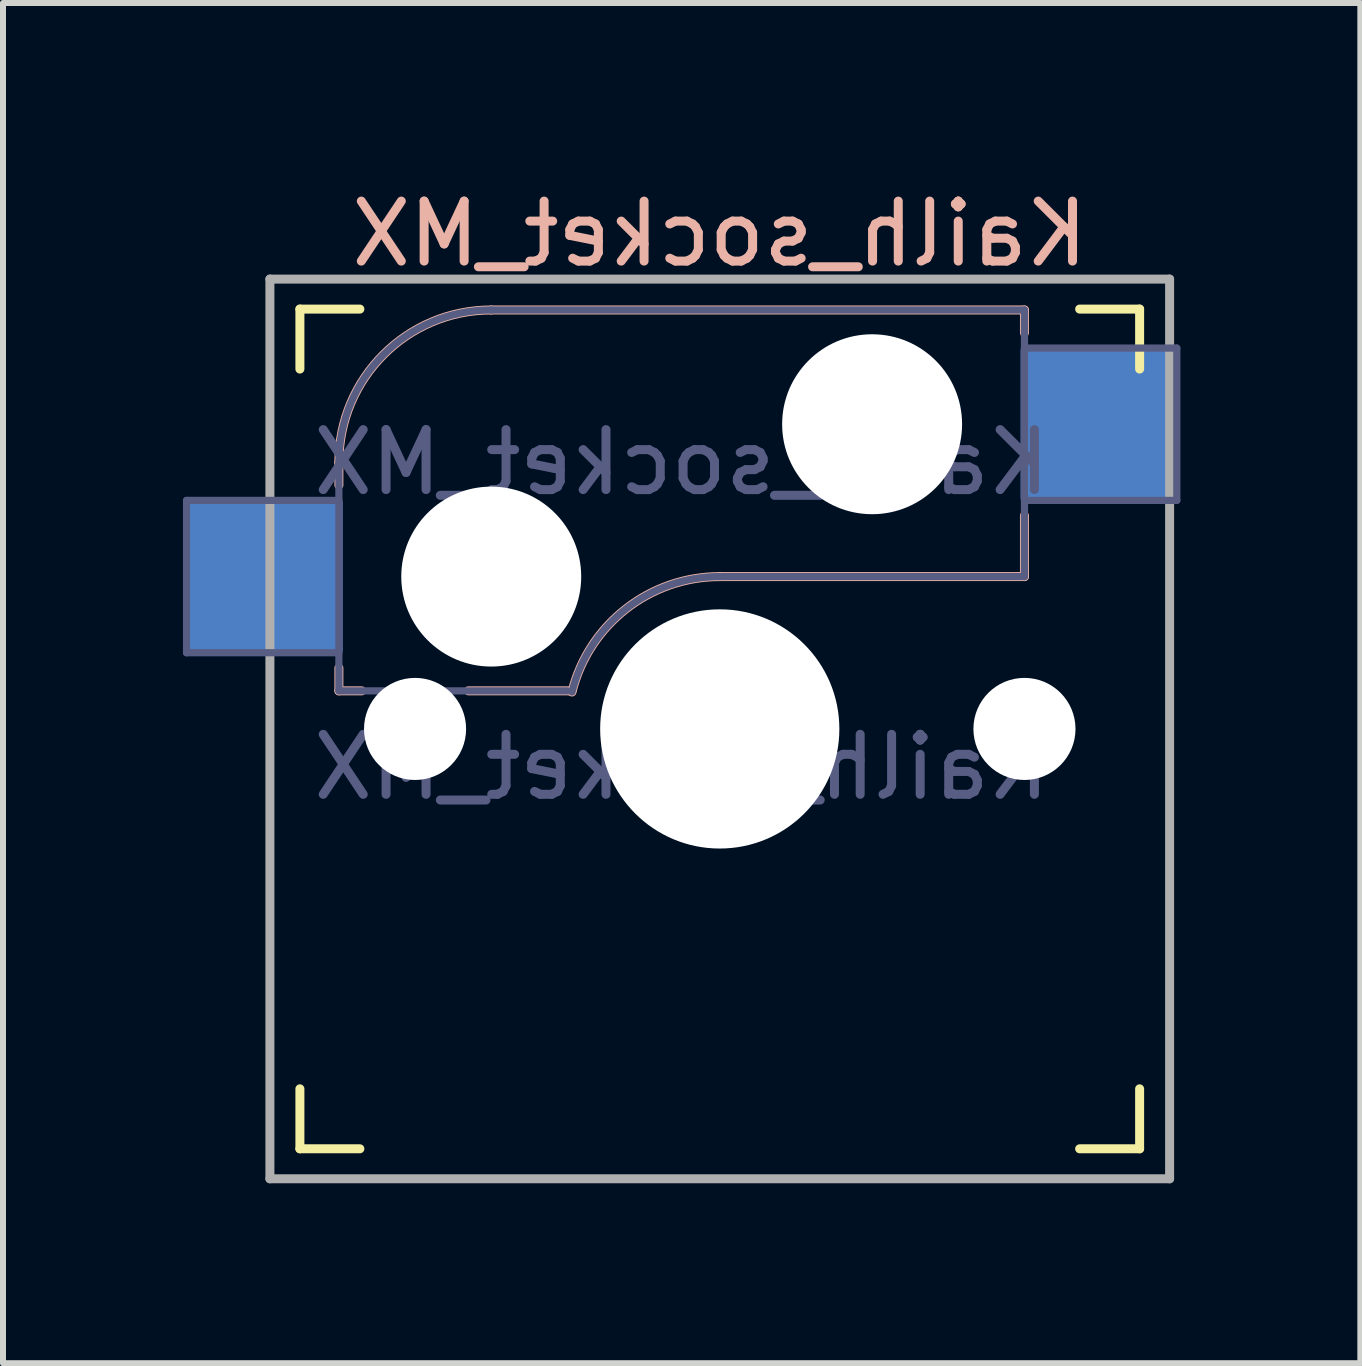
<source format=kicad_pcb>
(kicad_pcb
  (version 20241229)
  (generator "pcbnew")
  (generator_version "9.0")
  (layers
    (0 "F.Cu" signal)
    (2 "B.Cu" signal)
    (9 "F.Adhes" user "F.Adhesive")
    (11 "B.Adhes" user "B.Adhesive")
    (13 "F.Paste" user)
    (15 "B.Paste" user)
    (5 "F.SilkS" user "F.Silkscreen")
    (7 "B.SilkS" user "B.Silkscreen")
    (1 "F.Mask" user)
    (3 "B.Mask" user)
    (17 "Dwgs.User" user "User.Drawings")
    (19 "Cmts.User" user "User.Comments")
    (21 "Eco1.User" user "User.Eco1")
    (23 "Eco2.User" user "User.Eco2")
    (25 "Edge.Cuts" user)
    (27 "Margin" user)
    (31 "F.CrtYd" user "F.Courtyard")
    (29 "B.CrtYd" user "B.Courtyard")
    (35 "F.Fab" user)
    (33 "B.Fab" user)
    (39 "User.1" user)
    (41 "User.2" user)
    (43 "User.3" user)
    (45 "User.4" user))
  (footprint "Kailh_socket_MX"
    (layer "F.Cu")
    (at 8.95 9.103)
    (property "Reference" "Kailh_socket_MX" (at 0 -8.255 0) (layer "B.SilkS") (effects (font (size 1 1) (thickness 0.15)) (justify mirror)))
    (property "Value" "Kailh_socket_MX" (at 0 8.255 0) (layer "F.Fab") (hide yes) (effects (font (size 1 1) (thickness 0.15))))
    (attr smd)
    (fp_line (start -7 -6) (end -7 -7) (stroke (width 0.15) (type solid)) (layer "F.SilkS"))
    (fp_line (start -7 7) (end -7 6) (stroke (width 0.15) (type solid)) (layer "F.SilkS"))
    (fp_line (start -7 7) (end -6 7) (stroke (width 0.15) (type solid)) (layer "F.SilkS"))
    (fp_line (start -6 -7) (end -7 -7) (stroke (width 0.15) (type solid)) (layer "F.SilkS"))
    (fp_line (start 6 7) (end 7 7) (stroke (width 0.15) (type solid)) (layer "F.SilkS"))
    (fp_line (start 7 -7) (end 6 -7) (stroke (width 0.15) (type solid)) (layer "F.SilkS"))
    (fp_line (start 7 -7) (end 7 -6) (stroke (width 0.15) (type solid)) (layer "F.SilkS"))
    (fp_line (start 7 6) (end 7 7) (stroke (width 0.15) (type solid)) (layer "F.SilkS"))
    (fp_line (start -6.35 -4.445) (end -6.35 -4.064) (stroke (width 0.15) (type solid)) (layer "B.SilkS"))
    (fp_line (start -6.35 -1.016) (end -6.35 -0.635) (stroke (width 0.15) (type solid)) (layer "B.SilkS"))
    (fp_line (start -5.969 -0.635) (end -6.35 -0.635) (stroke (width 0.15) (type solid)) (layer "B.SilkS"))
    (fp_line (start -3.81 -6.985) (end 5.08 -6.985) (stroke (width 0.15) (type solid)) (layer "B.SilkS"))
    (fp_line (start -2.464 -0.635) (end -4.191 -0.635) (stroke (width 0.15) (type solid)) (layer "B.SilkS"))
    (fp_line (start 5.08 -6.985) (end 5.08 -6.604) (stroke (width 0.15) (type solid)) (layer "B.SilkS"))
    (fp_line (start 5.08 -3.556) (end 5.08 -2.54) (stroke (width 0.15) (type solid)) (layer "B.SilkS"))
    (fp_line (start 5.08 -2.54) (end 0 -2.54) (stroke (width 0.15) (type solid)) (layer "B.SilkS"))
    (fp_arc (start -6.35 -4.445) (mid -5.606051 -6.241051) (end -3.81 -6.985) (stroke (width 0.15) (type solid)) (layer "B.SilkS"))
    (fp_arc (start -2.464162 -0.61604) (mid -1.563147 -2.002042) (end 0 -2.54) (stroke (width 0.15) (type solid)) (layer "B.SilkS"))
    (fp_line (start -6.9 6.9) (end -6.9 -6.9) (stroke (width 0.15) (type solid)) (layer "Eco2.User"))
    (fp_line (start -6.9 6.9) (end 6.9 6.9) (stroke (width 0.15) (type solid)) (layer "Eco2.User"))
    (fp_line (start -1.7 6.096) (end -1.7 2.896) (stroke (width 0.15) (type solid)) (layer "Eco2.User"))
    (fp_line (start -1.7 6.096) (end 1.7 6.1) (stroke (width 0.15) (type solid)) (layer "Eco2.User"))
    (fp_line (start 1.7 2.9) (end -1.7 2.896) (stroke (width 0.15) (type solid)) (layer "Eco2.User"))
    (fp_line (start 1.7 6.1) (end 1.7 2.9) (stroke (width 0.15) (type solid)) (layer "Eco2.User"))
    (fp_line (start 6.9 -6.9) (end -6.9 -6.9) (stroke (width 0.15) (type solid)) (layer "Eco2.User"))
    (fp_line (start 6.9 -6.9) (end 6.9 6.9) (stroke (width 0.15) (type solid)) (layer "Eco2.User"))
    (fp_line (start -8.89 -3.81) (end -6.35 -3.81) (stroke (width 0.12) (type solid)) (layer "B.Fab"))
    (fp_line (start -8.89 -1.27) (end -8.89 -3.81) (stroke (width 0.12) (type solid)) (layer "B.Fab"))
    (fp_line (start -6.35 -1.27) (end -8.89 -1.27) (stroke (width 0.12) (type solid)) (layer "B.Fab"))
    (fp_line (start -6.35 -0.635) (end -6.35 -4.445) (stroke (width 0.12) (type solid)) (layer "B.Fab"))
    (fp_line (start -6.35 -0.635) (end -2.54 -0.635) (stroke (width 0.12) (type solid)) (layer "B.Fab"))
    (fp_line (start -3.81 -6.985) (end 5.08 -6.985) (stroke (width 0.12) (type solid)) (layer "B.Fab"))
    (fp_line (start 5.08 -6.985) (end 5.08 -2.54) (stroke (width 0.12) (type solid)) (layer "B.Fab"))
    (fp_line (start 5.08 -6.35) (end 7.62 -6.35) (stroke (width 0.12) (type solid)) (layer "B.Fab"))
    (fp_line (start 5.08 -2.54) (end 0 -2.54) (stroke (width 0.12) (type solid)) (layer "B.Fab"))
    (fp_line (start 7.62 -6.35) (end 7.62 -3.81) (stroke (width 0.12) (type solid)) (layer "B.Fab"))
    (fp_line (start 7.62 -3.81) (end 5.08 -3.81) (stroke (width 0.12) (type solid)) (layer "B.Fab"))
    (fp_arc (start -6.35 -4.445) (mid -5.606051 -6.241051) (end -3.81 -6.985) (stroke (width 0.12) (type solid)) (layer "B.Fab"))
    (fp_arc (start -2.464162 -0.61604) (mid -1.563147 -2.002042) (end 0 -2.54) (stroke (width 0.12) (type solid)) (layer "B.Fab"))
    (fp_line (start -7.5 -7.5) (end 7.5 -7.5) (stroke (width 0.15) (type solid)) (layer "F.Fab"))
    (fp_line (start -7.5 7.5) (end -7.5 -7.5) (stroke (width 0.15) (type solid)) (layer "F.Fab"))
    (fp_line (start 7.5 -7.5) (end 7.5 7.5) (stroke (width 0.15) (type solid)) (layer "F.Fab"))
    (fp_line (start 7.5 7.5) (end -7.5 7.5) (stroke (width 0.15) (type solid)) (layer "F.Fab"))
    (fp_text user "${VALUE}" (at -0.635 0.635 0) (layer "B.Fab") (effects (font (size 1 1) (thickness 0.15)) (justify mirror)))
    (fp_text user "${REFERENCE}" (at -0.635 -4.445 0) (layer "B.Fab") (effects (font (size 1 1) (thickness 0.15)) (justify mirror)))
    (pad "" np_thru_hole circle (at -5.08 0) (size 1.702 1.702) (drill 1.702) (layers "*.Cu" "*.Mask"))
    (pad "" np_thru_hole circle (at -3.81 -2.54) (size 3 3) (drill 3) (layers "*.Cu" "*.Mask"))
    (pad "" np_thru_hole circle (at 0 0) (size 3.988 3.988) (drill 3.988) (layers "*.Cu" "*.Mask"))
    (pad "" np_thru_hole circle (at 2.54 -5.08) (size 3 3) (drill 3) (layers "*.Cu" "*.Mask"))
    (pad "" np_thru_hole circle (at 5.08 0) (size 1.702 1.702) (drill 1.702) (layers "*.Cu" "*.Mask"))
    (pad "1" smd rect (at 6.29 -5.08) (size 2.55 2.5) (layers "B.Cu" "B.Mask" "B.Paste"))
    (pad "2" smd rect (at -7.56 -2.54) (size 2.55 2.5) (layers "B.Cu" "B.Mask" "B.Paste")))
  (gr_rect
    (start -3 -3)
    (end 19.63 19.678)
    (stroke (width 0.1) (type default))
    (fill no)
    (layer "Edge.Cuts")))
</source>
